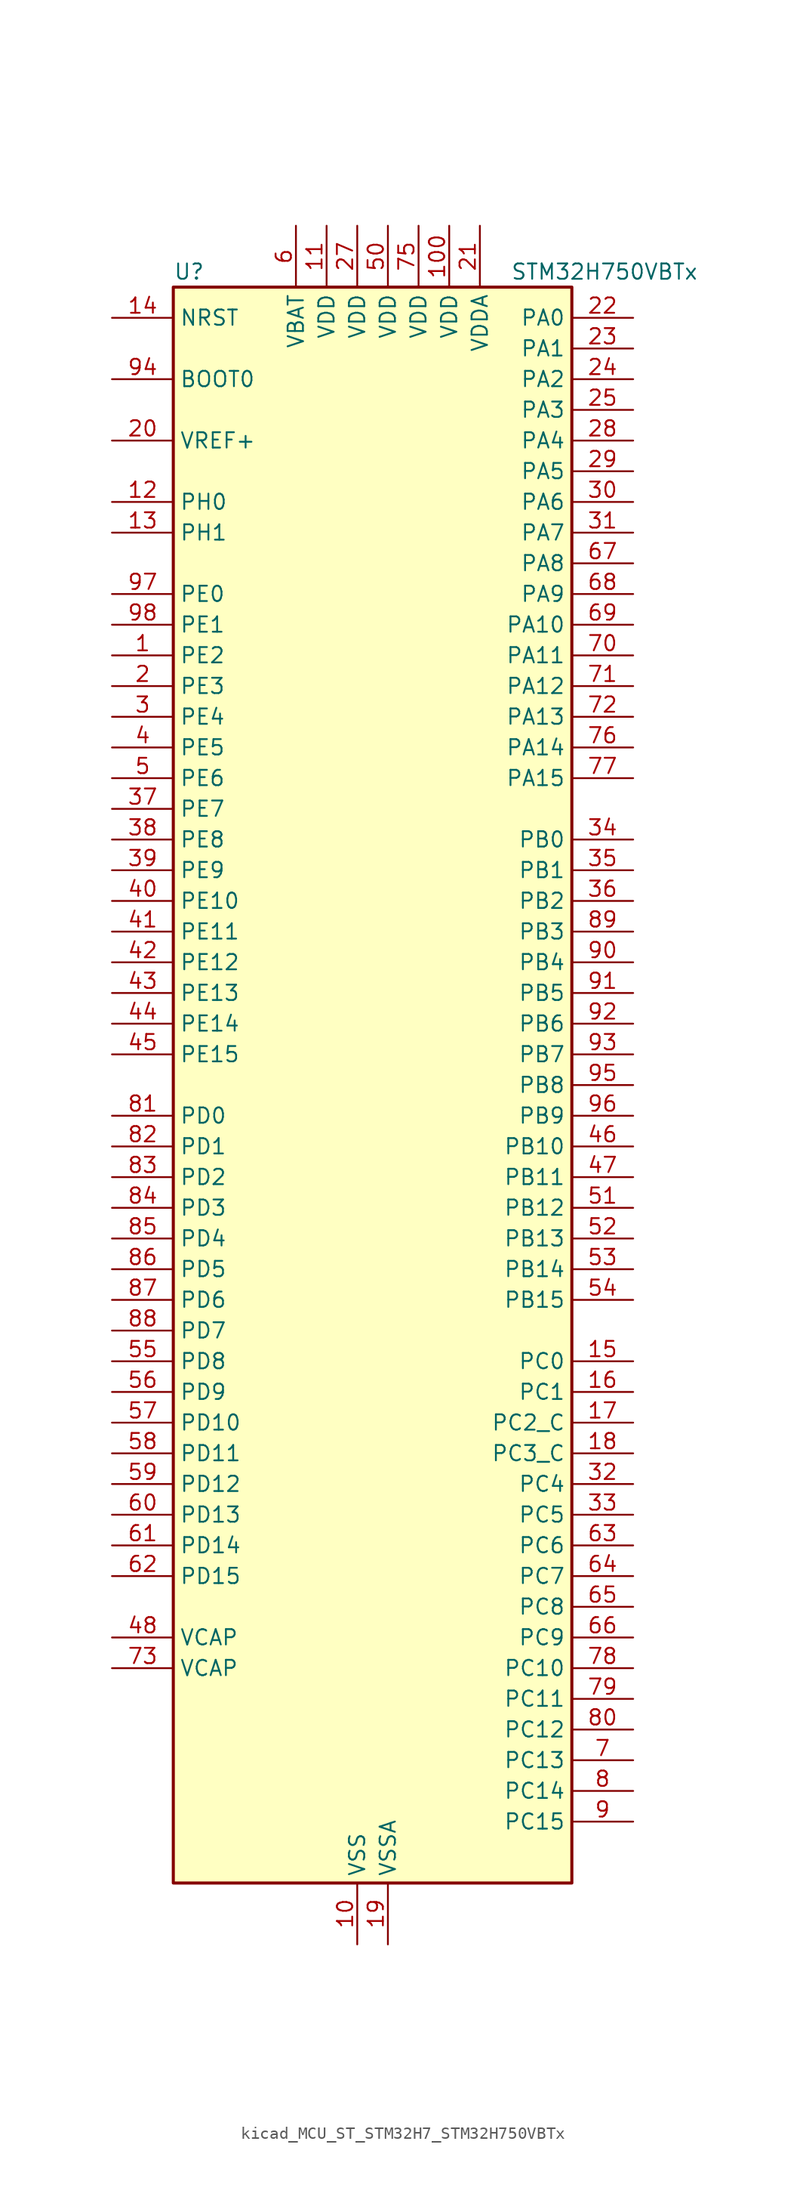
<source format=kicad_sym>
(kicad_symbol_lib
  (version 20220914)
  (generator kicad_symbol_editor)
  (symbol "kicad_MCU_ST_STM32H7_STM32H750VBTx"
    (property "Reference" "U"
      (at -15.24 67.31 0)
      (effects (font (size 1.27 1.27)) (justify left)))
    (property "Value" "STM32H750VBTx"
      (at 12.7 67.31 0)
      (effects (font (size 1.27 1.27)) (justify left)))
    (property "ki_locked" ""
      (at 0 0 0)
      (effects (font (size 1.27 1.27))))
    (symbol "kicad_MCU_ST_STM32H7_STM32H750VBTx_0_1"
      (rectangle (start -15.24 -66.04) (end 17.78 66.04) (stroke (width 0.254) (type default)) (fill (type background))))
    (symbol "kicad_MCU_ST_STM32H7_STM32H750VBTx_1_1"
      (pin bidirectional line (at -20.32 35.56 0) (length 5.08) (name "PE2" (effects (font (size 1.27 1.27)))) (number "1" (effects (font (size 1.27 1.27)))) (alternate "DEBUG_TRACECLK" bidirectional line) (alternate "ETH_TXD3" bidirectional line) (alternate "FMC_A23" bidirectional line) (alternate "QUADSPI_BK1_IO2" bidirectional line) (alternate "SAI1_CK1" bidirectional line) (alternate "SAI1_MCLK_A" bidirectional line) (alternate "SAI4_CK1" bidirectional line) (alternate "SAI4_MCLK_A" bidirectional line) (alternate "SPI4_SCK" bidirectional line))
      (pin power_in line (at 0 -71.12 90) (length 5.08) (name "VSS" (effects (font (size 1.27 1.27)))) (number "10" (effects (font (size 1.27 1.27)))))
      (pin power_in line (at 7.62 71.12 270) (length 5.08) (name "VDD" (effects (font (size 1.27 1.27)))) (number "100" (effects (font (size 1.27 1.27)))))
      (pin power_in line (at -2.54 71.12 270) (length 5.08) (name "VDD" (effects (font (size 1.27 1.27)))) (number "11" (effects (font (size 1.27 1.27)))))
      (pin bidirectional line (at -20.32 48.26 0) (length 5.08) (name "PH0" (effects (font (size 1.27 1.27)))) (number "12" (effects (font (size 1.27 1.27)))) (alternate "RCC_OSC_IN" bidirectional line))
      (pin bidirectional line (at -20.32 45.72 0) (length 5.08) (name "PH1" (effects (font (size 1.27 1.27)))) (number "13" (effects (font (size 1.27 1.27)))) (alternate "RCC_OSC_OUT" bidirectional line))
      (pin input line (at -20.32 63.5 0) (length 5.08) (name "NRST" (effects (font (size 1.27 1.27)))) (number "14" (effects (font (size 1.27 1.27)))))
      (pin bidirectional line (at 22.86 -22.86 180) (length 5.08) (name "PC0" (effects (font (size 1.27 1.27)))) (number "15" (effects (font (size 1.27 1.27)))) (alternate "ADC1_INP10" bidirectional line) (alternate "ADC2_INP10" bidirectional line) (alternate "ADC3_INP10" bidirectional line) (alternate "DFSDM1_CKIN0" bidirectional line) (alternate "DFSDM1_DATIN4" bidirectional line) (alternate "FMC_SDNWE" bidirectional line) (alternate "LTDC_R5" bidirectional line) (alternate "SAI2_FS_B" bidirectional line) (alternate "USB_OTG_HS_ULPI_STP" bidirectional line))
      (pin bidirectional line (at 22.86 -25.4 180) (length 5.08) (name "PC1" (effects (font (size 1.27 1.27)))) (number "16" (effects (font (size 1.27 1.27)))) (alternate "ADC1_INN10" bidirectional line) (alternate "ADC1_INP11" bidirectional line) (alternate "ADC2_INN10" bidirectional line) (alternate "ADC2_INP11" bidirectional line) (alternate "ADC3_INN10" bidirectional line) (alternate "ADC3_INP11" bidirectional line) (alternate "DEBUG_TRACED0" bidirectional line) (alternate "DFSDM1_CKIN4" bidirectional line) (alternate "DFSDM1_DATIN0" bidirectional line) (alternate "ETH_MDC" bidirectional line) (alternate "I2S2_SDO" bidirectional line) (alternate "MDIOS_MDC" bidirectional line) (alternate "PWR_WKUP5" bidirectional line) (alternate "RTC_TAMP3" bidirectional line) (alternate "SAI1_D1" bidirectional line) (alternate "SAI1_SD_A" bidirectional line) (alternate "SAI4_D1" bidirectional line) (alternate "SAI4_SD_A" bidirectional line) (alternate "SDMMC2_CK" bidirectional line) (alternate "SPI2_MOSI" bidirectional line))
      (pin bidirectional line (at 22.86 -27.94 180) (length 5.08) (name "PC2_C" (effects (font (size 1.27 1.27)))) (number "17" (effects (font (size 1.27 1.27)))) (alternate "ADC3_INN1" bidirectional line) (alternate "ADC3_INP0" bidirectional line) (alternate "DFSDM1_CKIN1" bidirectional line) (alternate "DFSDM1_CKOUT" bidirectional line) (alternate "ETH_TXD2" bidirectional line) (alternate "FMC_SDNE0" bidirectional line) (alternate "I2S2_SDI" bidirectional line) (alternate "PWR_CSTOP" bidirectional line) (alternate "SPI2_MISO" bidirectional line) (alternate "USB_OTG_HS_ULPI_DIR" bidirectional line))
      (pin bidirectional line (at 22.86 -30.48 180) (length 5.08) (name "PC3_C" (effects (font (size 1.27 1.27)))) (number "18" (effects (font (size 1.27 1.27)))) (alternate "ADC3_INP1" bidirectional line) (alternate "DFSDM1_DATIN1" bidirectional line) (alternate "ETH_TX_CLK" bidirectional line) (alternate "FMC_SDCKE0" bidirectional line) (alternate "I2S2_SDO" bidirectional line) (alternate "PWR_CSLEEP" bidirectional line) (alternate "SPI2_MOSI" bidirectional line) (alternate "USB_OTG_HS_ULPI_NXT" bidirectional line))
      (pin power_in line (at 2.54 -71.12 90) (length 5.08) (name "VSSA" (effects (font (size 1.27 1.27)))) (number "19" (effects (font (size 1.27 1.27)))))
      (pin bidirectional line (at -20.32 33.02 0) (length 5.08) (name "PE3" (effects (font (size 1.27 1.27)))) (number "2" (effects (font (size 1.27 1.27)))) (alternate "DEBUG_TRACED0" bidirectional line) (alternate "FMC_A19" bidirectional line) (alternate "SAI1_SD_B" bidirectional line) (alternate "SAI4_SD_B" bidirectional line) (alternate "TIM15_BKIN" bidirectional line))
      (pin input line (at -20.32 53.34 0) (length 5.08) (name "VREF+" (effects (font (size 1.27 1.27)))) (number "20" (effects (font (size 1.27 1.27)))) (alternate "VREFBUF_OUT" bidirectional line))
      (pin power_in line (at 10.16 71.12 270) (length 5.08) (name "VDDA" (effects (font (size 1.27 1.27)))) (number "21" (effects (font (size 1.27 1.27)))))
      (pin bidirectional line (at 22.86 63.5 180) (length 5.08) (name "PA0" (effects (font (size 1.27 1.27)))) (number "22" (effects (font (size 1.27 1.27)))) (alternate "ADC1_INP16" bidirectional line) (alternate "ETH_CRS" bidirectional line) (alternate "PWR_WKUP0" bidirectional line) (alternate "SAI2_SD_B" bidirectional line) (alternate "SDMMC2_CMD" bidirectional line) (alternate "TIM15_BKIN" bidirectional line) (alternate "TIM2_CH1" bidirectional line) (alternate "TIM2_ETR" bidirectional line) (alternate "TIM5_CH1" bidirectional line) (alternate "TIM8_ETR" bidirectional line) (alternate "UART4_TX" bidirectional line) (alternate "USART2_CTS" bidirectional line) (alternate "USART2_NSS" bidirectional line))
      (pin bidirectional line (at 22.86 60.96 180) (length 5.08) (name "PA1" (effects (font (size 1.27 1.27)))) (number "23" (effects (font (size 1.27 1.27)))) (alternate "ADC1_INN16" bidirectional line) (alternate "ADC1_INP17" bidirectional line) (alternate "ETH_REF_CLK" bidirectional line) (alternate "ETH_RX_CLK" bidirectional line) (alternate "LPTIM3_OUT" bidirectional line) (alternate "LTDC_R2" bidirectional line) (alternate "QUADSPI_BK1_IO3" bidirectional line) (alternate "SAI2_MCLK_B" bidirectional line) (alternate "TIM15_CH1N" bidirectional line) (alternate "TIM2_CH2" bidirectional line) (alternate "TIM5_CH2" bidirectional line) (alternate "UART4_RX" bidirectional line) (alternate "USART2_DE" bidirectional line) (alternate "USART2_RTS" bidirectional line))
      (pin bidirectional line (at 22.86 58.42 180) (length 5.08) (name "PA2" (effects (font (size 1.27 1.27)))) (number "24" (effects (font (size 1.27 1.27)))) (alternate "ADC1_INP14" bidirectional line) (alternate "ADC2_INP14" bidirectional line) (alternate "ETH_MDIO" bidirectional line) (alternate "LPTIM4_OUT" bidirectional line) (alternate "LTDC_R1" bidirectional line) (alternate "MDIOS_MDIO" bidirectional line) (alternate "PWR_WKUP1" bidirectional line) (alternate "SAI2_SCK_B" bidirectional line) (alternate "TIM15_CH1" bidirectional line) (alternate "TIM2_CH3" bidirectional line) (alternate "TIM5_CH3" bidirectional line) (alternate "USART2_TX" bidirectional line))
      (pin bidirectional line (at 22.86 55.88 180) (length 5.08) (name "PA3" (effects (font (size 1.27 1.27)))) (number "25" (effects (font (size 1.27 1.27)))) (alternate "ADC1_INP15" bidirectional line) (alternate "ADC2_INP15" bidirectional line) (alternate "ETH_COL" bidirectional line) (alternate "LPTIM5_OUT" bidirectional line) (alternate "LTDC_B2" bidirectional line) (alternate "LTDC_B5" bidirectional line) (alternate "TIM15_CH2" bidirectional line) (alternate "TIM2_CH4" bidirectional line) (alternate "TIM5_CH4" bidirectional line) (alternate "USART2_RX" bidirectional line) (alternate "USB_OTG_HS_ULPI_D0" bidirectional line))
      (pin passive line (at 0 -71.12 90) (length 5.08) hide (name "VSS" (effects (font (size 1.27 1.27)))) (number "26" (effects (font (size 1.27 1.27)))))
      (pin power_in line (at 0 71.12 270) (length 5.08) (name "VDD" (effects (font (size 1.27 1.27)))) (number "27" (effects (font (size 1.27 1.27)))))
      (pin bidirectional line (at 22.86 53.34 180) (length 5.08) (name "PA4" (effects (font (size 1.27 1.27)))) (number "28" (effects (font (size 1.27 1.27)))) (alternate "ADC1_INP18" bidirectional line) (alternate "ADC2_INP18" bidirectional line) (alternate "DAC1_OUT1" bidirectional line) (alternate "DCMI_HSYNC" bidirectional line) (alternate "I2S1_WS" bidirectional line) (alternate "I2S3_WS" bidirectional line) (alternate "LTDC_VSYNC" bidirectional line) (alternate "SPI1_NSS" bidirectional line) (alternate "SPI3_NSS" bidirectional line) (alternate "SPI6_NSS" bidirectional line) (alternate "TIM5_ETR" bidirectional line) (alternate "USART2_CK" bidirectional line) (alternate "USB_OTG_HS_SOF" bidirectional line))
      (pin bidirectional line (at 22.86 50.8 180) (length 5.08) (name "PA5" (effects (font (size 1.27 1.27)))) (number "29" (effects (font (size 1.27 1.27)))) (alternate "ADC1_INN18" bidirectional line) (alternate "ADC1_INP19" bidirectional line) (alternate "ADC2_INN18" bidirectional line) (alternate "ADC2_INP19" bidirectional line) (alternate "DAC1_OUT2" bidirectional line) (alternate "I2S1_CK" bidirectional line) (alternate "LTDC_R4" bidirectional line) (alternate "PWR_NDSTOP2" bidirectional line) (alternate "SPI1_SCK" bidirectional line) (alternate "SPI6_SCK" bidirectional line) (alternate "TIM2_CH1" bidirectional line) (alternate "TIM2_ETR" bidirectional line) (alternate "TIM8_CH1N" bidirectional line) (alternate "USB_OTG_HS_ULPI_CK" bidirectional line))
      (pin bidirectional line (at -20.32 30.48 0) (length 5.08) (name "PE4" (effects (font (size 1.27 1.27)))) (number "3" (effects (font (size 1.27 1.27)))) (alternate "DCMI_D4" bidirectional line) (alternate "DEBUG_TRACED1" bidirectional line) (alternate "DFSDM1_DATIN3" bidirectional line) (alternate "FMC_A20" bidirectional line) (alternate "LTDC_B0" bidirectional line) (alternate "SAI1_D2" bidirectional line) (alternate "SAI1_FS_A" bidirectional line) (alternate "SAI4_D2" bidirectional line) (alternate "SAI4_FS_A" bidirectional line) (alternate "SPI4_NSS" bidirectional line) (alternate "TIM15_CH1N" bidirectional line))
      (pin bidirectional line (at 22.86 48.26 180) (length 5.08) (name "PA6" (effects (font (size 1.27 1.27)))) (number "30" (effects (font (size 1.27 1.27)))) (alternate "ADC1_INP3" bidirectional line) (alternate "ADC2_INP3" bidirectional line) (alternate "DCMI_PIXCLK" bidirectional line) (alternate "I2S1_SDI" bidirectional line) (alternate "LTDC_G2" bidirectional line) (alternate "MDIOS_MDC" bidirectional line) (alternate "SPI1_MISO" bidirectional line) (alternate "SPI6_MISO" bidirectional line) (alternate "TIM13_CH1" bidirectional line) (alternate "TIM1_BKIN" bidirectional line) (alternate "TIM1_BKIN_COMP1" bidirectional line) (alternate "TIM1_BKIN_COMP2" bidirectional line) (alternate "TIM3_CH1" bidirectional line) (alternate "TIM8_BKIN" bidirectional line) (alternate "TIM8_BKIN_COMP1" bidirectional line) (alternate "TIM8_BKIN_COMP2" bidirectional line))
      (pin bidirectional line (at 22.86 45.72 180) (length 5.08) (name "PA7" (effects (font (size 1.27 1.27)))) (number "31" (effects (font (size 1.27 1.27)))) (alternate "ADC1_INN3" bidirectional line) (alternate "ADC1_INP7" bidirectional line) (alternate "ADC2_INN3" bidirectional line) (alternate "ADC2_INP7" bidirectional line) (alternate "ETH_CRS_DV" bidirectional line) (alternate "ETH_RX_DV" bidirectional line) (alternate "FMC_SDNWE" bidirectional line) (alternate "I2S1_SDO" bidirectional line) (alternate "OPAMP1_VINM" bidirectional line) (alternate "OPAMP1_VINM1" bidirectional line) (alternate "SPI1_MOSI" bidirectional line) (alternate "SPI6_MOSI" bidirectional line) (alternate "TIM14_CH1" bidirectional line) (alternate "TIM1_CH1N" bidirectional line) (alternate "TIM3_CH2" bidirectional line) (alternate "TIM8_CH1N" bidirectional line))
      (pin bidirectional line (at 22.86 -33.02 180) (length 5.08) (name "PC4" (effects (font (size 1.27 1.27)))) (number "32" (effects (font (size 1.27 1.27)))) (alternate "ADC1_INP4" bidirectional line) (alternate "ADC2_INP4" bidirectional line) (alternate "COMP1_INM" bidirectional line) (alternate "DFSDM1_CKIN2" bidirectional line) (alternate "ETH_RXD0" bidirectional line) (alternate "FMC_SDNE0" bidirectional line) (alternate "I2S1_MCK" bidirectional line) (alternate "OPAMP1_VOUT" bidirectional line) (alternate "SPDIFRX1_IN2" bidirectional line))
      (pin bidirectional line (at 22.86 -35.56 180) (length 5.08) (name "PC5" (effects (font (size 1.27 1.27)))) (number "33" (effects (font (size 1.27 1.27)))) (alternate "ADC1_INN4" bidirectional line) (alternate "ADC1_INP8" bidirectional line) (alternate "ADC2_INN4" bidirectional line) (alternate "ADC2_INP8" bidirectional line) (alternate "COMP1_OUT" bidirectional line) (alternate "DFSDM1_DATIN2" bidirectional line) (alternate "ETH_RXD1" bidirectional line) (alternate "FMC_SDCKE0" bidirectional line) (alternate "OPAMP1_VINM" bidirectional line) (alternate "OPAMP1_VINM0" bidirectional line) (alternate "SAI1_D3" bidirectional line) (alternate "SAI4_D3" bidirectional line) (alternate "SPDIFRX1_IN3" bidirectional line))
      (pin bidirectional line (at 22.86 20.32 180) (length 5.08) (name "PB0" (effects (font (size 1.27 1.27)))) (number "34" (effects (font (size 1.27 1.27)))) (alternate "ADC1_INN5" bidirectional line) (alternate "ADC1_INP9" bidirectional line) (alternate "ADC2_INN5" bidirectional line) (alternate "ADC2_INP9" bidirectional line) (alternate "COMP1_INP" bidirectional line) (alternate "DFSDM1_CKOUT" bidirectional line) (alternate "ETH_RXD2" bidirectional line) (alternate "LTDC_G1" bidirectional line) (alternate "LTDC_R3" bidirectional line) (alternate "OPAMP1_VINP" bidirectional line) (alternate "TIM1_CH2N" bidirectional line) (alternate "TIM3_CH3" bidirectional line) (alternate "TIM8_CH2N" bidirectional line) (alternate "UART4_CTS" bidirectional line) (alternate "USB_OTG_HS_ULPI_D1" bidirectional line))
      (pin bidirectional line (at 22.86 17.78 180) (length 5.08) (name "PB1" (effects (font (size 1.27 1.27)))) (number "35" (effects (font (size 1.27 1.27)))) (alternate "ADC1_INP5" bidirectional line) (alternate "ADC2_INP5" bidirectional line) (alternate "COMP1_INM" bidirectional line) (alternate "DFSDM1_DATIN1" bidirectional line) (alternate "ETH_RXD3" bidirectional line) (alternate "LTDC_G0" bidirectional line) (alternate "LTDC_R6" bidirectional line) (alternate "TIM1_CH3N" bidirectional line) (alternate "TIM3_CH4" bidirectional line) (alternate "TIM8_CH3N" bidirectional line) (alternate "USB_OTG_HS_ULPI_D2" bidirectional line))
      (pin bidirectional line (at 22.86 15.24 180) (length 5.08) (name "PB2" (effects (font (size 1.27 1.27)))) (number "36" (effects (font (size 1.27 1.27)))) (alternate "COMP1_INP" bidirectional line) (alternate "DFSDM1_CKIN1" bidirectional line) (alternate "I2S3_SDO" bidirectional line) (alternate "QUADSPI_CLK" bidirectional line) (alternate "RTC_OUT_ALARM" bidirectional line) (alternate "RTC_OUT_CALIB" bidirectional line) (alternate "SAI1_D1" bidirectional line) (alternate "SAI1_SD_A" bidirectional line) (alternate "SAI4_D1" bidirectional line) (alternate "SAI4_SD_A" bidirectional line) (alternate "SPI3_MOSI" bidirectional line))
      (pin bidirectional line (at -20.32 22.86 0) (length 5.08) (name "PE7" (effects (font (size 1.27 1.27)))) (number "37" (effects (font (size 1.27 1.27)))) (alternate "COMP2_INM" bidirectional line) (alternate "DFSDM1_DATIN2" bidirectional line) (alternate "FMC_D4" bidirectional line) (alternate "FMC_DA4" bidirectional line) (alternate "OPAMP2_VOUT" bidirectional line) (alternate "QUADSPI_BK2_IO0" bidirectional line) (alternate "TIM1_ETR" bidirectional line) (alternate "UART7_RX" bidirectional line))
      (pin bidirectional line (at -20.32 20.32 0) (length 5.08) (name "PE8" (effects (font (size 1.27 1.27)))) (number "38" (effects (font (size 1.27 1.27)))) (alternate "COMP2_OUT" bidirectional line) (alternate "DFSDM1_CKIN2" bidirectional line) (alternate "FMC_D5" bidirectional line) (alternate "FMC_DA5" bidirectional line) (alternate "OPAMP2_VINM" bidirectional line) (alternate "OPAMP2_VINM0" bidirectional line) (alternate "QUADSPI_BK2_IO1" bidirectional line) (alternate "TIM1_CH1N" bidirectional line) (alternate "UART7_TX" bidirectional line))
      (pin bidirectional line (at -20.32 17.78 0) (length 5.08) (name "PE9" (effects (font (size 1.27 1.27)))) (number "39" (effects (font (size 1.27 1.27)))) (alternate "COMP2_INP" bidirectional line) (alternate "DAC1_EXTI9" bidirectional line) (alternate "DFSDM1_CKOUT" bidirectional line) (alternate "FMC_D6" bidirectional line) (alternate "FMC_DA6" bidirectional line) (alternate "OPAMP2_VINP" bidirectional line) (alternate "QUADSPI_BK2_IO2" bidirectional line) (alternate "TIM1_CH1" bidirectional line) (alternate "UART7_DE" bidirectional line) (alternate "UART7_RTS" bidirectional line))
      (pin bidirectional line (at -20.32 27.94 0) (length 5.08) (name "PE5" (effects (font (size 1.27 1.27)))) (number "4" (effects (font (size 1.27 1.27)))) (alternate "DCMI_D6" bidirectional line) (alternate "DEBUG_TRACED2" bidirectional line) (alternate "DFSDM1_CKIN3" bidirectional line) (alternate "FMC_A21" bidirectional line) (alternate "LTDC_G0" bidirectional line) (alternate "SAI1_CK2" bidirectional line) (alternate "SAI1_SCK_A" bidirectional line) (alternate "SAI4_CK2" bidirectional line) (alternate "SAI4_SCK_A" bidirectional line) (alternate "SPI4_MISO" bidirectional line) (alternate "TIM15_CH1" bidirectional line))
      (pin bidirectional line (at -20.32 15.24 0) (length 5.08) (name "PE10" (effects (font (size 1.27 1.27)))) (number "40" (effects (font (size 1.27 1.27)))) (alternate "COMP2_INM" bidirectional line) (alternate "DFSDM1_DATIN4" bidirectional line) (alternate "FMC_D7" bidirectional line) (alternate "FMC_DA7" bidirectional line) (alternate "QUADSPI_BK2_IO3" bidirectional line) (alternate "TIM1_CH2N" bidirectional line) (alternate "UART7_CTS" bidirectional line))
      (pin bidirectional line (at -20.32 12.7 0) (length 5.08) (name "PE11" (effects (font (size 1.27 1.27)))) (number "41" (effects (font (size 1.27 1.27)))) (alternate "ADC1_EXTI11" bidirectional line) (alternate "ADC2_EXTI11" bidirectional line) (alternate "ADC3_EXTI11" bidirectional line) (alternate "COMP2_INP" bidirectional line) (alternate "DFSDM1_CKIN4" bidirectional line) (alternate "FMC_D8" bidirectional line) (alternate "FMC_DA8" bidirectional line) (alternate "LTDC_G3" bidirectional line) (alternate "SAI2_SD_B" bidirectional line) (alternate "SPI4_NSS" bidirectional line) (alternate "TIM1_CH2" bidirectional line))
      (pin bidirectional line (at -20.32 10.16 0) (length 5.08) (name "PE12" (effects (font (size 1.27 1.27)))) (number "42" (effects (font (size 1.27 1.27)))) (alternate "COMP1_OUT" bidirectional line) (alternate "DFSDM1_DATIN5" bidirectional line) (alternate "FMC_D9" bidirectional line) (alternate "FMC_DA9" bidirectional line) (alternate "LTDC_B4" bidirectional line) (alternate "SAI2_SCK_B" bidirectional line) (alternate "SPI4_SCK" bidirectional line) (alternate "TIM1_CH3N" bidirectional line))
      (pin bidirectional line (at -20.32 7.62 0) (length 5.08) (name "PE13" (effects (font (size 1.27 1.27)))) (number "43" (effects (font (size 1.27 1.27)))) (alternate "COMP2_OUT" bidirectional line) (alternate "DFSDM1_CKIN5" bidirectional line) (alternate "FMC_D10" bidirectional line) (alternate "FMC_DA10" bidirectional line) (alternate "LTDC_DE" bidirectional line) (alternate "SAI2_FS_B" bidirectional line) (alternate "SPI4_MISO" bidirectional line) (alternate "TIM1_CH3" bidirectional line))
      (pin bidirectional line (at -20.32 5.08 0) (length 5.08) (name "PE14" (effects (font (size 1.27 1.27)))) (number "44" (effects (font (size 1.27 1.27)))) (alternate "FMC_D11" bidirectional line) (alternate "FMC_DA11" bidirectional line) (alternate "LTDC_CLK" bidirectional line) (alternate "SAI2_MCLK_B" bidirectional line) (alternate "SPI4_MOSI" bidirectional line) (alternate "TIM1_CH4" bidirectional line))
      (pin bidirectional line (at -20.32 2.54 0) (length 5.08) (name "PE15" (effects (font (size 1.27 1.27)))) (number "45" (effects (font (size 1.27 1.27)))) (alternate "ADC1_EXTI15" bidirectional line) (alternate "ADC2_EXTI15" bidirectional line) (alternate "ADC3_EXTI15" bidirectional line) (alternate "FMC_D12" bidirectional line) (alternate "FMC_DA12" bidirectional line) (alternate "LTDC_R7" bidirectional line) (alternate "TIM1_BKIN" bidirectional line) (alternate "TIM1_BKIN_COMP1" bidirectional line) (alternate "TIM1_BKIN_COMP2" bidirectional line))
      (pin bidirectional line (at 22.86 -5.08 180) (length 5.08) (name "PB10" (effects (font (size 1.27 1.27)))) (number "46" (effects (font (size 1.27 1.27)))) (alternate "DFSDM1_DATIN7" bidirectional line) (alternate "ETH_RX_ER" bidirectional line) (alternate "HRTIM_SCOUT" bidirectional line) (alternate "I2C2_SCL" bidirectional line) (alternate "I2S2_CK" bidirectional line) (alternate "LPTIM2_IN1" bidirectional line) (alternate "LTDC_G4" bidirectional line) (alternate "QUADSPI_BK1_NCS" bidirectional line) (alternate "SPI2_SCK" bidirectional line) (alternate "TIM2_CH3" bidirectional line) (alternate "USART3_TX" bidirectional line) (alternate "USB_OTG_HS_ULPI_D3" bidirectional line))
      (pin bidirectional line (at 22.86 -7.62 180) (length 5.08) (name "PB11" (effects (font (size 1.27 1.27)))) (number "47" (effects (font (size 1.27 1.27)))) (alternate "ADC1_EXTI11" bidirectional line) (alternate "ADC2_EXTI11" bidirectional line) (alternate "ADC3_EXTI11" bidirectional line) (alternate "DFSDM1_CKIN7" bidirectional line) (alternate "ETH_TX_EN" bidirectional line) (alternate "HRTIM_SCIN" bidirectional line) (alternate "I2C2_SDA" bidirectional line) (alternate "LPTIM2_ETR" bidirectional line) (alternate "LTDC_G5" bidirectional line) (alternate "TIM2_CH4" bidirectional line) (alternate "USART3_RX" bidirectional line) (alternate "USB_OTG_HS_ULPI_D4" bidirectional line))
      (pin power_out line (at -20.32 -45.72 0) (length 5.08) (name "VCAP" (effects (font (size 1.27 1.27)))) (number "48" (effects (font (size 1.27 1.27)))))
      (pin passive line (at 0 -71.12 90) (length 5.08) hide (name "VSS" (effects (font (size 1.27 1.27)))) (number "49" (effects (font (size 1.27 1.27)))))
      (pin bidirectional line (at -20.32 25.4 0) (length 5.08) (name "PE6" (effects (font (size 1.27 1.27)))) (number "5" (effects (font (size 1.27 1.27)))) (alternate "DCMI_D7" bidirectional line) (alternate "DEBUG_TRACED3" bidirectional line) (alternate "FMC_A22" bidirectional line) (alternate "LTDC_G1" bidirectional line) (alternate "SAI1_D1" bidirectional line) (alternate "SAI1_SD_A" bidirectional line) (alternate "SAI2_MCLK_B" bidirectional line) (alternate "SAI4_D1" bidirectional line) (alternate "SAI4_SD_A" bidirectional line) (alternate "SPI4_MOSI" bidirectional line) (alternate "TIM15_CH2" bidirectional line) (alternate "TIM1_BKIN2" bidirectional line) (alternate "TIM1_BKIN2_COMP1" bidirectional line) (alternate "TIM1_BKIN2_COMP2" bidirectional line))
      (pin power_in line (at 2.54 71.12 270) (length 5.08) (name "VDD" (effects (font (size 1.27 1.27)))) (number "50" (effects (font (size 1.27 1.27)))))
      (pin bidirectional line (at 22.86 -10.16 180) (length 5.08) (name "PB12" (effects (font (size 1.27 1.27)))) (number "51" (effects (font (size 1.27 1.27)))) (alternate "DFSDM1_DATIN1" bidirectional line) (alternate "ETH_TXD0" bidirectional line) (alternate "FDCAN2_RX" bidirectional line) (alternate "I2C2_SMBA" bidirectional line) (alternate "I2S2_WS" bidirectional line) (alternate "SPI2_NSS" bidirectional line) (alternate "TIM1_BKIN" bidirectional line) (alternate "TIM1_BKIN_COMP1" bidirectional line) (alternate "TIM1_BKIN_COMP2" bidirectional line) (alternate "UART5_RX" bidirectional line) (alternate "USART3_CK" bidirectional line) (alternate "USB_OTG_HS_ID" bidirectional line) (alternate "USB_OTG_HS_ULPI_D5" bidirectional line))
      (pin bidirectional line (at 22.86 -12.7 180) (length 5.08) (name "PB13" (effects (font (size 1.27 1.27)))) (number "52" (effects (font (size 1.27 1.27)))) (alternate "DFSDM1_CKIN1" bidirectional line) (alternate "ETH_TXD1" bidirectional line) (alternate "FDCAN2_TX" bidirectional line) (alternate "I2S2_CK" bidirectional line) (alternate "LPTIM2_OUT" bidirectional line) (alternate "SPI2_SCK" bidirectional line) (alternate "TIM1_CH1N" bidirectional line) (alternate "UART5_TX" bidirectional line) (alternate "USART3_CTS" bidirectional line) (alternate "USART3_NSS" bidirectional line) (alternate "USB_OTG_HS_ULPI_D6" bidirectional line) (alternate "USB_OTG_HS_VBUS" bidirectional line))
      (pin bidirectional line (at 22.86 -15.24 180) (length 5.08) (name "PB14" (effects (font (size 1.27 1.27)))) (number "53" (effects (font (size 1.27 1.27)))) (alternate "DFSDM1_DATIN2" bidirectional line) (alternate "I2S2_SDI" bidirectional line) (alternate "SDMMC2_D0" bidirectional line) (alternate "SPI2_MISO" bidirectional line) (alternate "TIM12_CH1" bidirectional line) (alternate "TIM1_CH2N" bidirectional line) (alternate "TIM8_CH2N" bidirectional line) (alternate "UART4_DE" bidirectional line) (alternate "UART4_RTS" bidirectional line) (alternate "USART1_TX" bidirectional line) (alternate "USART3_DE" bidirectional line) (alternate "USART3_RTS" bidirectional line) (alternate "USB_OTG_HS_DM" bidirectional line))
      (pin bidirectional line (at 22.86 -17.78 180) (length 5.08) (name "PB15" (effects (font (size 1.27 1.27)))) (number "54" (effects (font (size 1.27 1.27)))) (alternate "ADC1_EXTI15" bidirectional line) (alternate "ADC2_EXTI15" bidirectional line) (alternate "ADC3_EXTI15" bidirectional line) (alternate "DFSDM1_CKIN2" bidirectional line) (alternate "I2S2_SDO" bidirectional line) (alternate "RTC_REFIN" bidirectional line) (alternate "SDMMC2_D1" bidirectional line) (alternate "SPI2_MOSI" bidirectional line) (alternate "TIM12_CH2" bidirectional line) (alternate "TIM1_CH3N" bidirectional line) (alternate "TIM8_CH3N" bidirectional line) (alternate "UART4_CTS" bidirectional line) (alternate "USART1_RX" bidirectional line) (alternate "USB_OTG_HS_DP" bidirectional line))
      (pin bidirectional line (at -20.32 -22.86 0) (length 5.08) (name "PD8" (effects (font (size 1.27 1.27)))) (number "55" (effects (font (size 1.27 1.27)))) (alternate "DFSDM1_CKIN3" bidirectional line) (alternate "FMC_D13" bidirectional line) (alternate "FMC_DA13" bidirectional line) (alternate "SAI3_SCK_B" bidirectional line) (alternate "SPDIFRX1_IN1" bidirectional line) (alternate "USART3_TX" bidirectional line))
      (pin bidirectional line (at -20.32 -25.4 0) (length 5.08) (name "PD9" (effects (font (size 1.27 1.27)))) (number "56" (effects (font (size 1.27 1.27)))) (alternate "DAC1_EXTI9" bidirectional line) (alternate "DFSDM1_DATIN3" bidirectional line) (alternate "FMC_D14" bidirectional line) (alternate "FMC_DA14" bidirectional line) (alternate "SAI3_SD_B" bidirectional line) (alternate "USART3_RX" bidirectional line))
      (pin bidirectional line (at -20.32 -27.94 0) (length 5.08) (name "PD10" (effects (font (size 1.27 1.27)))) (number "57" (effects (font (size 1.27 1.27)))) (alternate "DFSDM1_CKOUT" bidirectional line) (alternate "FMC_D15" bidirectional line) (alternate "FMC_DA15" bidirectional line) (alternate "LTDC_B3" bidirectional line) (alternate "SAI3_FS_B" bidirectional line) (alternate "USART3_CK" bidirectional line))
      (pin bidirectional line (at -20.32 -30.48 0) (length 5.08) (name "PD11" (effects (font (size 1.27 1.27)))) (number "58" (effects (font (size 1.27 1.27)))) (alternate "ADC1_EXTI11" bidirectional line) (alternate "ADC2_EXTI11" bidirectional line) (alternate "ADC3_EXTI11" bidirectional line) (alternate "FMC_A16" bidirectional line) (alternate "FMC_CLE" bidirectional line) (alternate "I2C4_SMBA" bidirectional line) (alternate "LPTIM2_IN2" bidirectional line) (alternate "QUADSPI_BK1_IO0" bidirectional line) (alternate "SAI2_SD_A" bidirectional line) (alternate "USART3_CTS" bidirectional line) (alternate "USART3_NSS" bidirectional line))
      (pin bidirectional line (at -20.32 -33.02 0) (length 5.08) (name "PD12" (effects (font (size 1.27 1.27)))) (number "59" (effects (font (size 1.27 1.27)))) (alternate "FMC_A17" bidirectional line) (alternate "FMC_ALE" bidirectional line) (alternate "I2C4_SCL" bidirectional line) (alternate "LPTIM1_IN1" bidirectional line) (alternate "LPTIM2_IN1" bidirectional line) (alternate "QUADSPI_BK1_IO1" bidirectional line) (alternate "SAI2_FS_A" bidirectional line) (alternate "TIM4_CH1" bidirectional line) (alternate "USART3_DE" bidirectional line) (alternate "USART3_RTS" bidirectional line))
      (pin power_in line (at -5.08 71.12 270) (length 5.08) (name "VBAT" (effects (font (size 1.27 1.27)))) (number "6" (effects (font (size 1.27 1.27)))))
      (pin bidirectional line (at -20.32 -35.56 0) (length 5.08) (name "PD13" (effects (font (size 1.27 1.27)))) (number "60" (effects (font (size 1.27 1.27)))) (alternate "FMC_A18" bidirectional line) (alternate "I2C4_SDA" bidirectional line) (alternate "LPTIM1_OUT" bidirectional line) (alternate "QUADSPI_BK1_IO3" bidirectional line) (alternate "SAI2_SCK_A" bidirectional line) (alternate "TIM4_CH2" bidirectional line))
      (pin bidirectional line (at -20.32 -38.1 0) (length 5.08) (name "PD14" (effects (font (size 1.27 1.27)))) (number "61" (effects (font (size 1.27 1.27)))) (alternate "FMC_D0" bidirectional line) (alternate "FMC_DA0" bidirectional line) (alternate "SAI3_MCLK_B" bidirectional line) (alternate "TIM4_CH3" bidirectional line) (alternate "UART8_CTS" bidirectional line))
      (pin bidirectional line (at -20.32 -40.64 0) (length 5.08) (name "PD15" (effects (font (size 1.27 1.27)))) (number "62" (effects (font (size 1.27 1.27)))) (alternate "ADC1_EXTI15" bidirectional line) (alternate "ADC2_EXTI15" bidirectional line) (alternate "ADC3_EXTI15" bidirectional line) (alternate "FMC_D1" bidirectional line) (alternate "FMC_DA1" bidirectional line) (alternate "SAI3_MCLK_A" bidirectional line) (alternate "TIM4_CH4" bidirectional line) (alternate "UART8_DE" bidirectional line) (alternate "UART8_RTS" bidirectional line))
      (pin bidirectional line (at 22.86 -38.1 180) (length 5.08) (name "PC6" (effects (font (size 1.27 1.27)))) (number "63" (effects (font (size 1.27 1.27)))) (alternate "DCMI_D0" bidirectional line) (alternate "DFSDM1_CKIN3" bidirectional line) (alternate "FMC_NWAIT" bidirectional line) (alternate "HRTIM_CHA1" bidirectional line) (alternate "I2S2_MCK" bidirectional line) (alternate "LTDC_HSYNC" bidirectional line) (alternate "SDMMC1_D0DIR" bidirectional line) (alternate "SDMMC1_D6" bidirectional line) (alternate "SDMMC2_D6" bidirectional line) (alternate "SWPMI1_IO" bidirectional line) (alternate "TIM3_CH1" bidirectional line) (alternate "TIM8_CH1" bidirectional line) (alternate "USART6_TX" bidirectional line))
      (pin bidirectional line (at 22.86 -40.64 180) (length 5.08) (name "PC7" (effects (font (size 1.27 1.27)))) (number "64" (effects (font (size 1.27 1.27)))) (alternate "DCMI_D1" bidirectional line) (alternate "DEBUG_TRGIO" bidirectional line) (alternate "DFSDM1_DATIN3" bidirectional line) (alternate "FMC_NE1" bidirectional line) (alternate "HRTIM_CHA2" bidirectional line) (alternate "I2S3_MCK" bidirectional line) (alternate "LTDC_G6" bidirectional line) (alternate "SDMMC1_D123DIR" bidirectional line) (alternate "SDMMC1_D7" bidirectional line) (alternate "SDMMC2_D7" bidirectional line) (alternate "SWPMI1_TX" bidirectional line) (alternate "TIM3_CH2" bidirectional line) (alternate "TIM8_CH2" bidirectional line) (alternate "USART6_RX" bidirectional line))
      (pin bidirectional line (at 22.86 -43.18 180) (length 5.08) (name "PC8" (effects (font (size 1.27 1.27)))) (number "65" (effects (font (size 1.27 1.27)))) (alternate "DCMI_D2" bidirectional line) (alternate "DEBUG_TRACED1" bidirectional line) (alternate "FMC_NCE" bidirectional line) (alternate "FMC_NE2" bidirectional line) (alternate "HRTIM_CHB1" bidirectional line) (alternate "SDMMC1_D0" bidirectional line) (alternate "SWPMI1_RX" bidirectional line) (alternate "TIM3_CH3" bidirectional line) (alternate "TIM8_CH3" bidirectional line) (alternate "UART5_DE" bidirectional line) (alternate "UART5_RTS" bidirectional line) (alternate "USART6_CK" bidirectional line))
      (pin bidirectional line (at 22.86 -45.72 180) (length 5.08) (name "PC9" (effects (font (size 1.27 1.27)))) (number "66" (effects (font (size 1.27 1.27)))) (alternate "DAC1_EXTI9" bidirectional line) (alternate "DCMI_D3" bidirectional line) (alternate "I2C3_SDA" bidirectional line) (alternate "I2S_CKIN" bidirectional line) (alternate "LTDC_B2" bidirectional line) (alternate "LTDC_G3" bidirectional line) (alternate "QUADSPI_BK1_IO0" bidirectional line) (alternate "RCC_MCO_2" bidirectional line) (alternate "SDMMC1_D1" bidirectional line) (alternate "SWPMI1_SUSPEND" bidirectional line) (alternate "TIM3_CH4" bidirectional line) (alternate "TIM8_CH4" bidirectional line) (alternate "UART5_CTS" bidirectional line))
      (pin bidirectional line (at 22.86 43.18 180) (length 5.08) (name "PA8" (effects (font (size 1.27 1.27)))) (number "67" (effects (font (size 1.27 1.27)))) (alternate "HRTIM_CHB2" bidirectional line) (alternate "I2C3_SCL" bidirectional line) (alternate "LTDC_B3" bidirectional line) (alternate "LTDC_R6" bidirectional line) (alternate "RCC_MCO_1" bidirectional line) (alternate "TIM1_CH1" bidirectional line) (alternate "TIM8_BKIN2" bidirectional line) (alternate "TIM8_BKIN2_COMP1" bidirectional line) (alternate "TIM8_BKIN2_COMP2" bidirectional line) (alternate "UART7_RX" bidirectional line) (alternate "USART1_CK" bidirectional line) (alternate "USB_OTG_FS_SOF" bidirectional line))
      (pin bidirectional line (at 22.86 40.64 180) (length 5.08) (name "PA9" (effects (font (size 1.27 1.27)))) (number "68" (effects (font (size 1.27 1.27)))) (alternate "DAC1_EXTI9" bidirectional line) (alternate "DCMI_D0" bidirectional line) (alternate "HRTIM_CHC1" bidirectional line) (alternate "I2C3_SMBA" bidirectional line) (alternate "I2S2_CK" bidirectional line) (alternate "LPUART1_TX" bidirectional line) (alternate "LTDC_R5" bidirectional line) (alternate "SPI2_SCK" bidirectional line) (alternate "TIM1_CH2" bidirectional line) (alternate "USART1_TX" bidirectional line) (alternate "USB_OTG_FS_VBUS" bidirectional line))
      (pin bidirectional line (at 22.86 38.1 180) (length 5.08) (name "PA10" (effects (font (size 1.27 1.27)))) (number "69" (effects (font (size 1.27 1.27)))) (alternate "DCMI_D1" bidirectional line) (alternate "HRTIM_CHC2" bidirectional line) (alternate "LPUART1_RX" bidirectional line) (alternate "LTDC_B1" bidirectional line) (alternate "LTDC_B4" bidirectional line) (alternate "MDIOS_MDIO" bidirectional line) (alternate "TIM1_CH3" bidirectional line) (alternate "USART1_RX" bidirectional line) (alternate "USB_OTG_FS_ID" bidirectional line))
      (pin bidirectional line (at 22.86 -55.88 180) (length 5.08) (name "PC13" (effects (font (size 1.27 1.27)))) (number "7" (effects (font (size 1.27 1.27)))) (alternate "PWR_WKUP2" bidirectional line) (alternate "RTC_OUT_ALARM" bidirectional line) (alternate "RTC_OUT_CALIB" bidirectional line) (alternate "RTC_TAMP1" bidirectional line) (alternate "RTC_TS" bidirectional line))
      (pin bidirectional line (at 22.86 35.56 180) (length 5.08) (name "PA11" (effects (font (size 1.27 1.27)))) (number "70" (effects (font (size 1.27 1.27)))) (alternate "ADC1_EXTI11" bidirectional line) (alternate "ADC2_EXTI11" bidirectional line) (alternate "ADC3_EXTI11" bidirectional line) (alternate "FDCAN1_RX" bidirectional line) (alternate "HRTIM_CHD1" bidirectional line) (alternate "I2S2_WS" bidirectional line) (alternate "LPUART1_CTS" bidirectional line) (alternate "LTDC_R4" bidirectional line) (alternate "SPI2_NSS" bidirectional line) (alternate "TIM1_CH4" bidirectional line) (alternate "UART4_RX" bidirectional line) (alternate "USART1_CTS" bidirectional line) (alternate "USART1_NSS" bidirectional line) (alternate "USB_OTG_FS_DM" bidirectional line))
      (pin bidirectional line (at 22.86 33.02 180) (length 5.08) (name "PA12" (effects (font (size 1.27 1.27)))) (number "71" (effects (font (size 1.27 1.27)))) (alternate "FDCAN1_TX" bidirectional line) (alternate "HRTIM_CHD2" bidirectional line) (alternate "I2S2_CK" bidirectional line) (alternate "LPUART1_DE" bidirectional line) (alternate "LPUART1_RTS" bidirectional line) (alternate "LTDC_R5" bidirectional line) (alternate "SAI2_FS_B" bidirectional line) (alternate "SPI2_SCK" bidirectional line) (alternate "TIM1_ETR" bidirectional line) (alternate "UART4_TX" bidirectional line) (alternate "USART1_DE" bidirectional line) (alternate "USART1_RTS" bidirectional line) (alternate "USB_OTG_FS_DP" bidirectional line))
      (pin bidirectional line (at 22.86 30.48 180) (length 5.08) (name "PA13" (effects (font (size 1.27 1.27)))) (number "72" (effects (font (size 1.27 1.27)))) (alternate "DEBUG_JTMS-SWDIO" bidirectional line))
      (pin power_out line (at -20.32 -48.26 0) (length 5.08) (name "VCAP" (effects (font (size 1.27 1.27)))) (number "73" (effects (font (size 1.27 1.27)))))
      (pin passive line (at 0 -71.12 90) (length 5.08) hide (name "VSS" (effects (font (size 1.27 1.27)))) (number "74" (effects (font (size 1.27 1.27)))))
      (pin power_in line (at 5.08 71.12 270) (length 5.08) (name "VDD" (effects (font (size 1.27 1.27)))) (number "75" (effects (font (size 1.27 1.27)))))
      (pin bidirectional line (at 22.86 27.94 180) (length 5.08) (name "PA14" (effects (font (size 1.27 1.27)))) (number "76" (effects (font (size 1.27 1.27)))) (alternate "DEBUG_JTCK-SWCLK" bidirectional line))
      (pin bidirectional line (at 22.86 25.4 180) (length 5.08) (name "PA15" (effects (font (size 1.27 1.27)))) (number "77" (effects (font (size 1.27 1.27)))) (alternate "ADC1_EXTI15" bidirectional line) (alternate "ADC2_EXTI15" bidirectional line) (alternate "ADC3_EXTI15" bidirectional line) (alternate "CEC" bidirectional line) (alternate "DEBUG_JTDI" bidirectional line) (alternate "HRTIM_FLT1" bidirectional line) (alternate "I2S1_WS" bidirectional line) (alternate "I2S3_WS" bidirectional line) (alternate "SPI1_NSS" bidirectional line) (alternate "SPI3_NSS" bidirectional line) (alternate "SPI6_NSS" bidirectional line) (alternate "TIM2_CH1" bidirectional line) (alternate "TIM2_ETR" bidirectional line) (alternate "UART4_DE" bidirectional line) (alternate "UART4_RTS" bidirectional line) (alternate "UART7_TX" bidirectional line))
      (pin bidirectional line (at 22.86 -48.26 180) (length 5.08) (name "PC10" (effects (font (size 1.27 1.27)))) (number "78" (effects (font (size 1.27 1.27)))) (alternate "DCMI_D8" bidirectional line) (alternate "DFSDM1_CKIN5" bidirectional line) (alternate "HRTIM_EEV1" bidirectional line) (alternate "I2S3_CK" bidirectional line) (alternate "LTDC_R2" bidirectional line) (alternate "QUADSPI_BK1_IO1" bidirectional line) (alternate "SDMMC1_D2" bidirectional line) (alternate "SPI3_SCK" bidirectional line) (alternate "UART4_TX" bidirectional line) (alternate "USART3_TX" bidirectional line))
      (pin bidirectional line (at 22.86 -50.8 180) (length 5.08) (name "PC11" (effects (font (size 1.27 1.27)))) (number "79" (effects (font (size 1.27 1.27)))) (alternate "ADC1_EXTI11" bidirectional line) (alternate "ADC2_EXTI11" bidirectional line) (alternate "ADC3_EXTI11" bidirectional line) (alternate "DCMI_D4" bidirectional line) (alternate "DFSDM1_DATIN5" bidirectional line) (alternate "HRTIM_FLT2" bidirectional line) (alternate "I2S3_SDI" bidirectional line) (alternate "QUADSPI_BK2_NCS" bidirectional line) (alternate "SDMMC1_D3" bidirectional line) (alternate "SPI3_MISO" bidirectional line) (alternate "UART4_RX" bidirectional line) (alternate "USART3_RX" bidirectional line))
      (pin bidirectional line (at 22.86 -58.42 180) (length 5.08) (name "PC14" (effects (font (size 1.27 1.27)))) (number "8" (effects (font (size 1.27 1.27)))) (alternate "RCC_OSC32_IN" bidirectional line))
      (pin bidirectional line (at 22.86 -53.34 180) (length 5.08) (name "PC12" (effects (font (size 1.27 1.27)))) (number "80" (effects (font (size 1.27 1.27)))) (alternate "DCMI_D9" bidirectional line) (alternate "DEBUG_TRACED3" bidirectional line) (alternate "HRTIM_EEV2" bidirectional line) (alternate "I2S3_SDO" bidirectional line) (alternate "SDMMC1_CK" bidirectional line) (alternate "SPI3_MOSI" bidirectional line) (alternate "UART5_TX" bidirectional line) (alternate "USART3_CK" bidirectional line))
      (pin bidirectional line (at -20.32 -2.54 0) (length 5.08) (name "PD0" (effects (font (size 1.27 1.27)))) (number "81" (effects (font (size 1.27 1.27)))) (alternate "DFSDM1_CKIN6" bidirectional line) (alternate "FDCAN1_RX" bidirectional line) (alternate "FMC_D2" bidirectional line) (alternate "FMC_DA2" bidirectional line) (alternate "SAI3_SCK_A" bidirectional line) (alternate "UART4_RX" bidirectional line))
      (pin bidirectional line (at -20.32 -5.08 0) (length 5.08) (name "PD1" (effects (font (size 1.27 1.27)))) (number "82" (effects (font (size 1.27 1.27)))) (alternate "DFSDM1_DATIN6" bidirectional line) (alternate "FDCAN1_TX" bidirectional line) (alternate "FMC_D3" bidirectional line) (alternate "FMC_DA3" bidirectional line) (alternate "SAI3_SD_A" bidirectional line) (alternate "UART4_TX" bidirectional line))
      (pin bidirectional line (at -20.32 -7.62 0) (length 5.08) (name "PD2" (effects (font (size 1.27 1.27)))) (number "83" (effects (font (size 1.27 1.27)))) (alternate "DCMI_D11" bidirectional line) (alternate "DEBUG_TRACED2" bidirectional line) (alternate "SDMMC1_CMD" bidirectional line) (alternate "TIM3_ETR" bidirectional line) (alternate "UART5_RX" bidirectional line))
      (pin bidirectional line (at -20.32 -10.16 0) (length 5.08) (name "PD3" (effects (font (size 1.27 1.27)))) (number "84" (effects (font (size 1.27 1.27)))) (alternate "DCMI_D5" bidirectional line) (alternate "DFSDM1_CKOUT" bidirectional line) (alternate "FMC_CLK" bidirectional line) (alternate "I2S2_CK" bidirectional line) (alternate "LTDC_G7" bidirectional line) (alternate "SPI2_SCK" bidirectional line) (alternate "USART2_CTS" bidirectional line) (alternate "USART2_NSS" bidirectional line))
      (pin bidirectional line (at -20.32 -12.7 0) (length 5.08) (name "PD4" (effects (font (size 1.27 1.27)))) (number "85" (effects (font (size 1.27 1.27)))) (alternate "FMC_NOE" bidirectional line) (alternate "HRTIM_FLT3" bidirectional line) (alternate "SAI3_FS_A" bidirectional line) (alternate "USART2_DE" bidirectional line) (alternate "USART2_RTS" bidirectional line))
      (pin bidirectional line (at -20.32 -15.24 0) (length 5.08) (name "PD5" (effects (font (size 1.27 1.27)))) (number "86" (effects (font (size 1.27 1.27)))) (alternate "FMC_NWE" bidirectional line) (alternate "HRTIM_EEV3" bidirectional line) (alternate "USART2_TX" bidirectional line))
      (pin bidirectional line (at -20.32 -17.78 0) (length 5.08) (name "PD6" (effects (font (size 1.27 1.27)))) (number "87" (effects (font (size 1.27 1.27)))) (alternate "DCMI_D10" bidirectional line) (alternate "DFSDM1_CKIN4" bidirectional line) (alternate "DFSDM1_DATIN1" bidirectional line) (alternate "FMC_NWAIT" bidirectional line) (alternate "I2S3_SDO" bidirectional line) (alternate "LTDC_B2" bidirectional line) (alternate "SAI1_D1" bidirectional line) (alternate "SAI1_SD_A" bidirectional line) (alternate "SAI4_D1" bidirectional line) (alternate "SAI4_SD_A" bidirectional line) (alternate "SDMMC2_CK" bidirectional line) (alternate "SPI3_MOSI" bidirectional line) (alternate "USART2_RX" bidirectional line))
      (pin bidirectional line (at -20.32 -20.32 0) (length 5.08) (name "PD7" (effects (font (size 1.27 1.27)))) (number "88" (effects (font (size 1.27 1.27)))) (alternate "DFSDM1_CKIN1" bidirectional line) (alternate "DFSDM1_DATIN4" bidirectional line) (alternate "FMC_NE1" bidirectional line) (alternate "I2S1_SDO" bidirectional line) (alternate "SDMMC2_CMD" bidirectional line) (alternate "SPDIFRX1_IN0" bidirectional line) (alternate "SPI1_MOSI" bidirectional line) (alternate "USART2_CK" bidirectional line))
      (pin bidirectional line (at 22.86 12.7 180) (length 5.08) (name "PB3" (effects (font (size 1.27 1.27)))) (number "89" (effects (font (size 1.27 1.27)))) (alternate "CRS_SYNC" bidirectional line) (alternate "DEBUG_JTDO-SWO" bidirectional line) (alternate "HRTIM_FLT4" bidirectional line) (alternate "I2S1_CK" bidirectional line) (alternate "I2S3_CK" bidirectional line) (alternate "SDMMC2_D2" bidirectional line) (alternate "SPI1_SCK" bidirectional line) (alternate "SPI3_SCK" bidirectional line) (alternate "SPI6_SCK" bidirectional line) (alternate "TIM2_CH2" bidirectional line) (alternate "UART7_RX" bidirectional line))
      (pin bidirectional line (at 22.86 -60.96 180) (length 5.08) (name "PC15" (effects (font (size 1.27 1.27)))) (number "9" (effects (font (size 1.27 1.27)))) (alternate "ADC1_EXTI15" bidirectional line) (alternate "ADC2_EXTI15" bidirectional line) (alternate "ADC3_EXTI15" bidirectional line) (alternate "RCC_OSC32_OUT" bidirectional line))
      (pin bidirectional line (at 22.86 10.16 180) (length 5.08) (name "PB4" (effects (font (size 1.27 1.27)))) (number "90" (effects (font (size 1.27 1.27)))) (alternate "DEBUG_JTRST" bidirectional line) (alternate "HRTIM_EEV6" bidirectional line) (alternate "I2S1_SDI" bidirectional line) (alternate "I2S2_WS" bidirectional line) (alternate "I2S3_SDI" bidirectional line) (alternate "SDMMC2_D3" bidirectional line) (alternate "SPI1_MISO" bidirectional line) (alternate "SPI2_NSS" bidirectional line) (alternate "SPI3_MISO" bidirectional line) (alternate "SPI6_MISO" bidirectional line) (alternate "TIM16_BKIN" bidirectional line) (alternate "TIM3_CH1" bidirectional line) (alternate "UART7_TX" bidirectional line))
      (pin bidirectional line (at 22.86 7.62 180) (length 5.08) (name "PB5" (effects (font (size 1.27 1.27)))) (number "91" (effects (font (size 1.27 1.27)))) (alternate "DCMI_D10" bidirectional line) (alternate "ETH_PPS_OUT" bidirectional line) (alternate "FDCAN2_RX" bidirectional line) (alternate "FMC_SDCKE1" bidirectional line) (alternate "HRTIM_EEV7" bidirectional line) (alternate "I2C1_SMBA" bidirectional line) (alternate "I2C4_SMBA" bidirectional line) (alternate "I2S1_SDO" bidirectional line) (alternate "I2S3_SDO" bidirectional line) (alternate "SPI1_MOSI" bidirectional line) (alternate "SPI3_MOSI" bidirectional line) (alternate "SPI6_MOSI" bidirectional line) (alternate "TIM17_BKIN" bidirectional line) (alternate "TIM3_CH2" bidirectional line) (alternate "UART5_RX" bidirectional line) (alternate "USB_OTG_HS_ULPI_D7" bidirectional line))
      (pin bidirectional line (at 22.86 5.08 180) (length 5.08) (name "PB6" (effects (font (size 1.27 1.27)))) (number "92" (effects (font (size 1.27 1.27)))) (alternate "CEC" bidirectional line) (alternate "DCMI_D5" bidirectional line) (alternate "DFSDM1_DATIN5" bidirectional line) (alternate "FDCAN2_TX" bidirectional line) (alternate "FMC_SDNE1" bidirectional line) (alternate "HRTIM_EEV8" bidirectional line) (alternate "I2C1_SCL" bidirectional line) (alternate "I2C4_SCL" bidirectional line) (alternate "LPUART1_TX" bidirectional line) (alternate "QUADSPI_BK1_NCS" bidirectional line) (alternate "TIM16_CH1N" bidirectional line) (alternate "TIM4_CH1" bidirectional line) (alternate "UART5_TX" bidirectional line) (alternate "USART1_TX" bidirectional line))
      (pin bidirectional line (at 22.86 2.54 180) (length 5.08) (name "PB7" (effects (font (size 1.27 1.27)))) (number "93" (effects (font (size 1.27 1.27)))) (alternate "DCMI_VSYNC" bidirectional line) (alternate "DFSDM1_CKIN5" bidirectional line) (alternate "FMC_NL" bidirectional line) (alternate "HRTIM_EEV9" bidirectional line) (alternate "I2C1_SDA" bidirectional line) (alternate "I2C4_SDA" bidirectional line) (alternate "LPUART1_RX" bidirectional line) (alternate "PWR_PVD_IN" bidirectional line) (alternate "TIM17_CH1N" bidirectional line) (alternate "TIM4_CH2" bidirectional line) (alternate "USART1_RX" bidirectional line))
      (pin input line (at -20.32 58.42 0) (length 5.08) (name "BOOT0" (effects (font (size 1.27 1.27)))) (number "94" (effects (font (size 1.27 1.27)))))
      (pin bidirectional line (at 22.86 0 180) (length 5.08) (name "PB8" (effects (font (size 1.27 1.27)))) (number "95" (effects (font (size 1.27 1.27)))) (alternate "DCMI_D6" bidirectional line) (alternate "DFSDM1_CKIN7" bidirectional line) (alternate "ETH_TXD3" bidirectional line) (alternate "FDCAN1_RX" bidirectional line) (alternate "I2C1_SCL" bidirectional line) (alternate "I2C4_SCL" bidirectional line) (alternate "LTDC_B6" bidirectional line) (alternate "SDMMC1_CKIN" bidirectional line) (alternate "SDMMC1_D4" bidirectional line) (alternate "SDMMC2_D4" bidirectional line) (alternate "TIM16_CH1" bidirectional line) (alternate "TIM4_CH3" bidirectional line) (alternate "UART4_RX" bidirectional line))
      (pin bidirectional line (at 22.86 -2.54 180) (length 5.08) (name "PB9" (effects (font (size 1.27 1.27)))) (number "96" (effects (font (size 1.27 1.27)))) (alternate "DAC1_EXTI9" bidirectional line) (alternate "DCMI_D7" bidirectional line) (alternate "DFSDM1_DATIN7" bidirectional line) (alternate "FDCAN1_TX" bidirectional line) (alternate "I2C1_SDA" bidirectional line) (alternate "I2C4_SDA" bidirectional line) (alternate "I2C4_SMBA" bidirectional line) (alternate "I2S2_WS" bidirectional line) (alternate "LTDC_B7" bidirectional line) (alternate "SDMMC1_CDIR" bidirectional line) (alternate "SDMMC1_D5" bidirectional line) (alternate "SDMMC2_D5" bidirectional line) (alternate "SPI2_NSS" bidirectional line) (alternate "TIM17_CH1" bidirectional line) (alternate "TIM4_CH4" bidirectional line) (alternate "UART4_TX" bidirectional line))
      (pin bidirectional line (at -20.32 40.64 0) (length 5.08) (name "PE0" (effects (font (size 1.27 1.27)))) (number "97" (effects (font (size 1.27 1.27)))) (alternate "DCMI_D2" bidirectional line) (alternate "FMC_NBL0" bidirectional line) (alternate "HRTIM_SCIN" bidirectional line) (alternate "LPTIM1_ETR" bidirectional line) (alternate "LPTIM2_ETR" bidirectional line) (alternate "SAI2_MCLK_A" bidirectional line) (alternate "TIM4_ETR" bidirectional line) (alternate "UART8_RX" bidirectional line))
      (pin bidirectional line (at -20.32 38.1 0) (length 5.08) (name "PE1" (effects (font (size 1.27 1.27)))) (number "98" (effects (font (size 1.27 1.27)))) (alternate "DCMI_D3" bidirectional line) (alternate "FMC_NBL1" bidirectional line) (alternate "HRTIM_SCOUT" bidirectional line) (alternate "LPTIM1_IN2" bidirectional line) (alternate "UART8_TX" bidirectional line))
      (pin passive line (at 0 -71.12 90) (length 5.08) hide (name "VSS" (effects (font (size 1.27 1.27)))) (number "99" (effects (font (size 1.27 1.27))))))))
</source>
